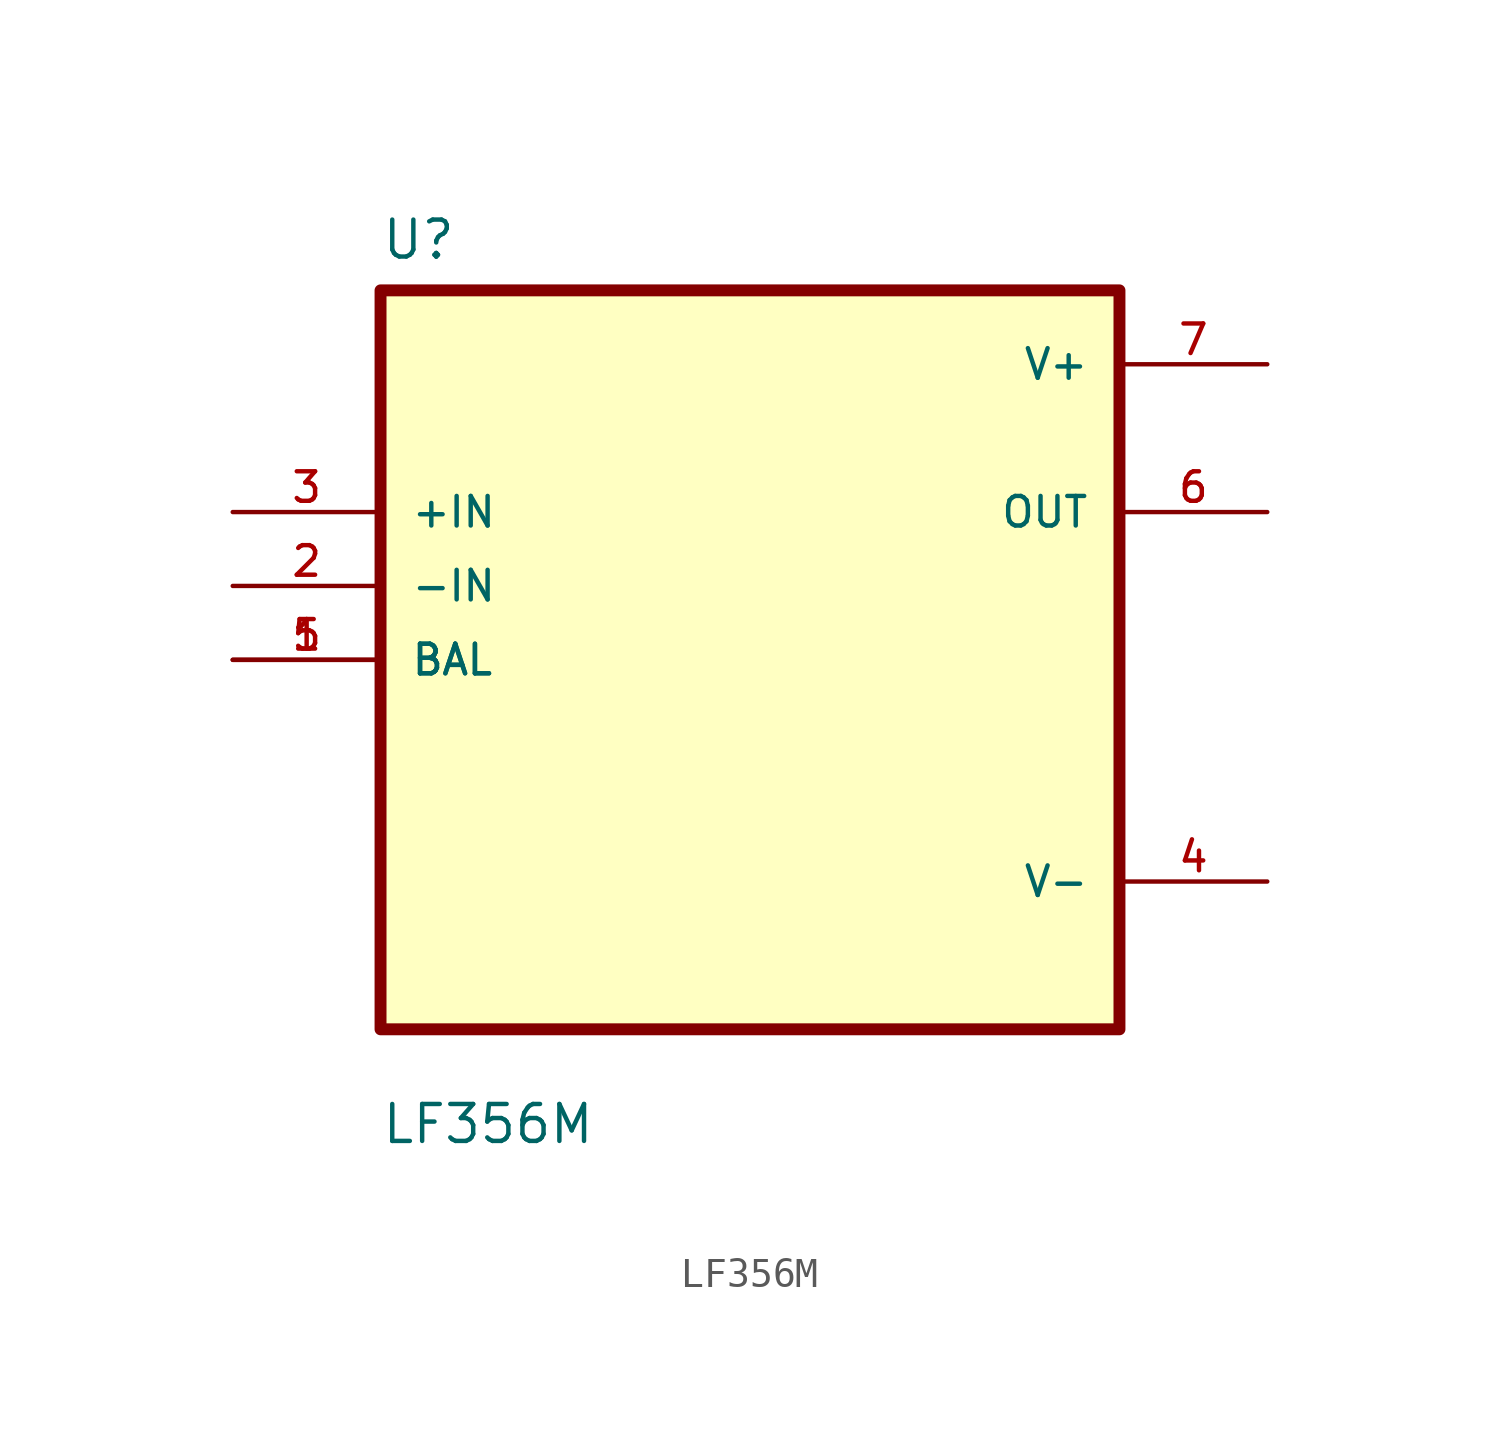
<source format=kicad_sym>
(kicad_symbol_lib
  (version 20211014)
  (generator kicad_symbol_editor)
  (symbol "LF356M"
    (pin_names
      (offset 1.016))
    (property "Reference" "U"
      (at -12.7 13.7 0.0)
      (effects (font (size 1.27 1.27)) (justify bottom left)))
    (property "Value" "LF356M"
      (at -12.7 -16.7 0.0)
      (effects (font (size 1.27 1.27)) (justify bottom left)))
    (symbol "LF356M_0_0"
      (rectangle (start -12.7 -12.7) (end 12.7 12.7) (stroke (width 0.41)) (fill (type background)))
      (pin input line (at -17.78 5.08 0) (length 5.08) (name "+IN" (effects (font (size 1.016 1.016)))) (number "3" (effects (font (size 1.016 1.016)))))
      (pin input line (at -17.78 2.54 0) (length 5.08) (name "-IN" (effects (font (size 1.016 1.016)))) (number "2" (effects (font (size 1.016 1.016)))))
      (pin input line (at -17.78 -8.88178e-16 0) (length 5.08) (name "BAL" (effects (font (size 1.016 1.016)))) (number "1" (effects (font (size 1.016 1.016)))))
      (pin input line (at -17.78 -8.88178e-16 0) (length 5.08) (name "BAL" (effects (font (size 1.016 1.016)))) (number "5" (effects (font (size 1.016 1.016)))))
      (pin power_in line (at 17.78 10.16 180.0) (length 5.08) (name "V+" (effects (font (size 1.016 1.016)))) (number "7" (effects (font (size 1.016 1.016)))))
      (pin output line (at 17.78 5.08 180.0) (length 5.08) (name "OUT" (effects (font (size 1.016 1.016)))) (number "6" (effects (font (size 1.016 1.016)))))
      (pin power_in line (at 17.78 -7.62 180.0) (length 5.08) (name "V-" (effects (font (size 1.016 1.016)))) (number "4" (effects (font (size 1.016 1.016))))))))
</source>
